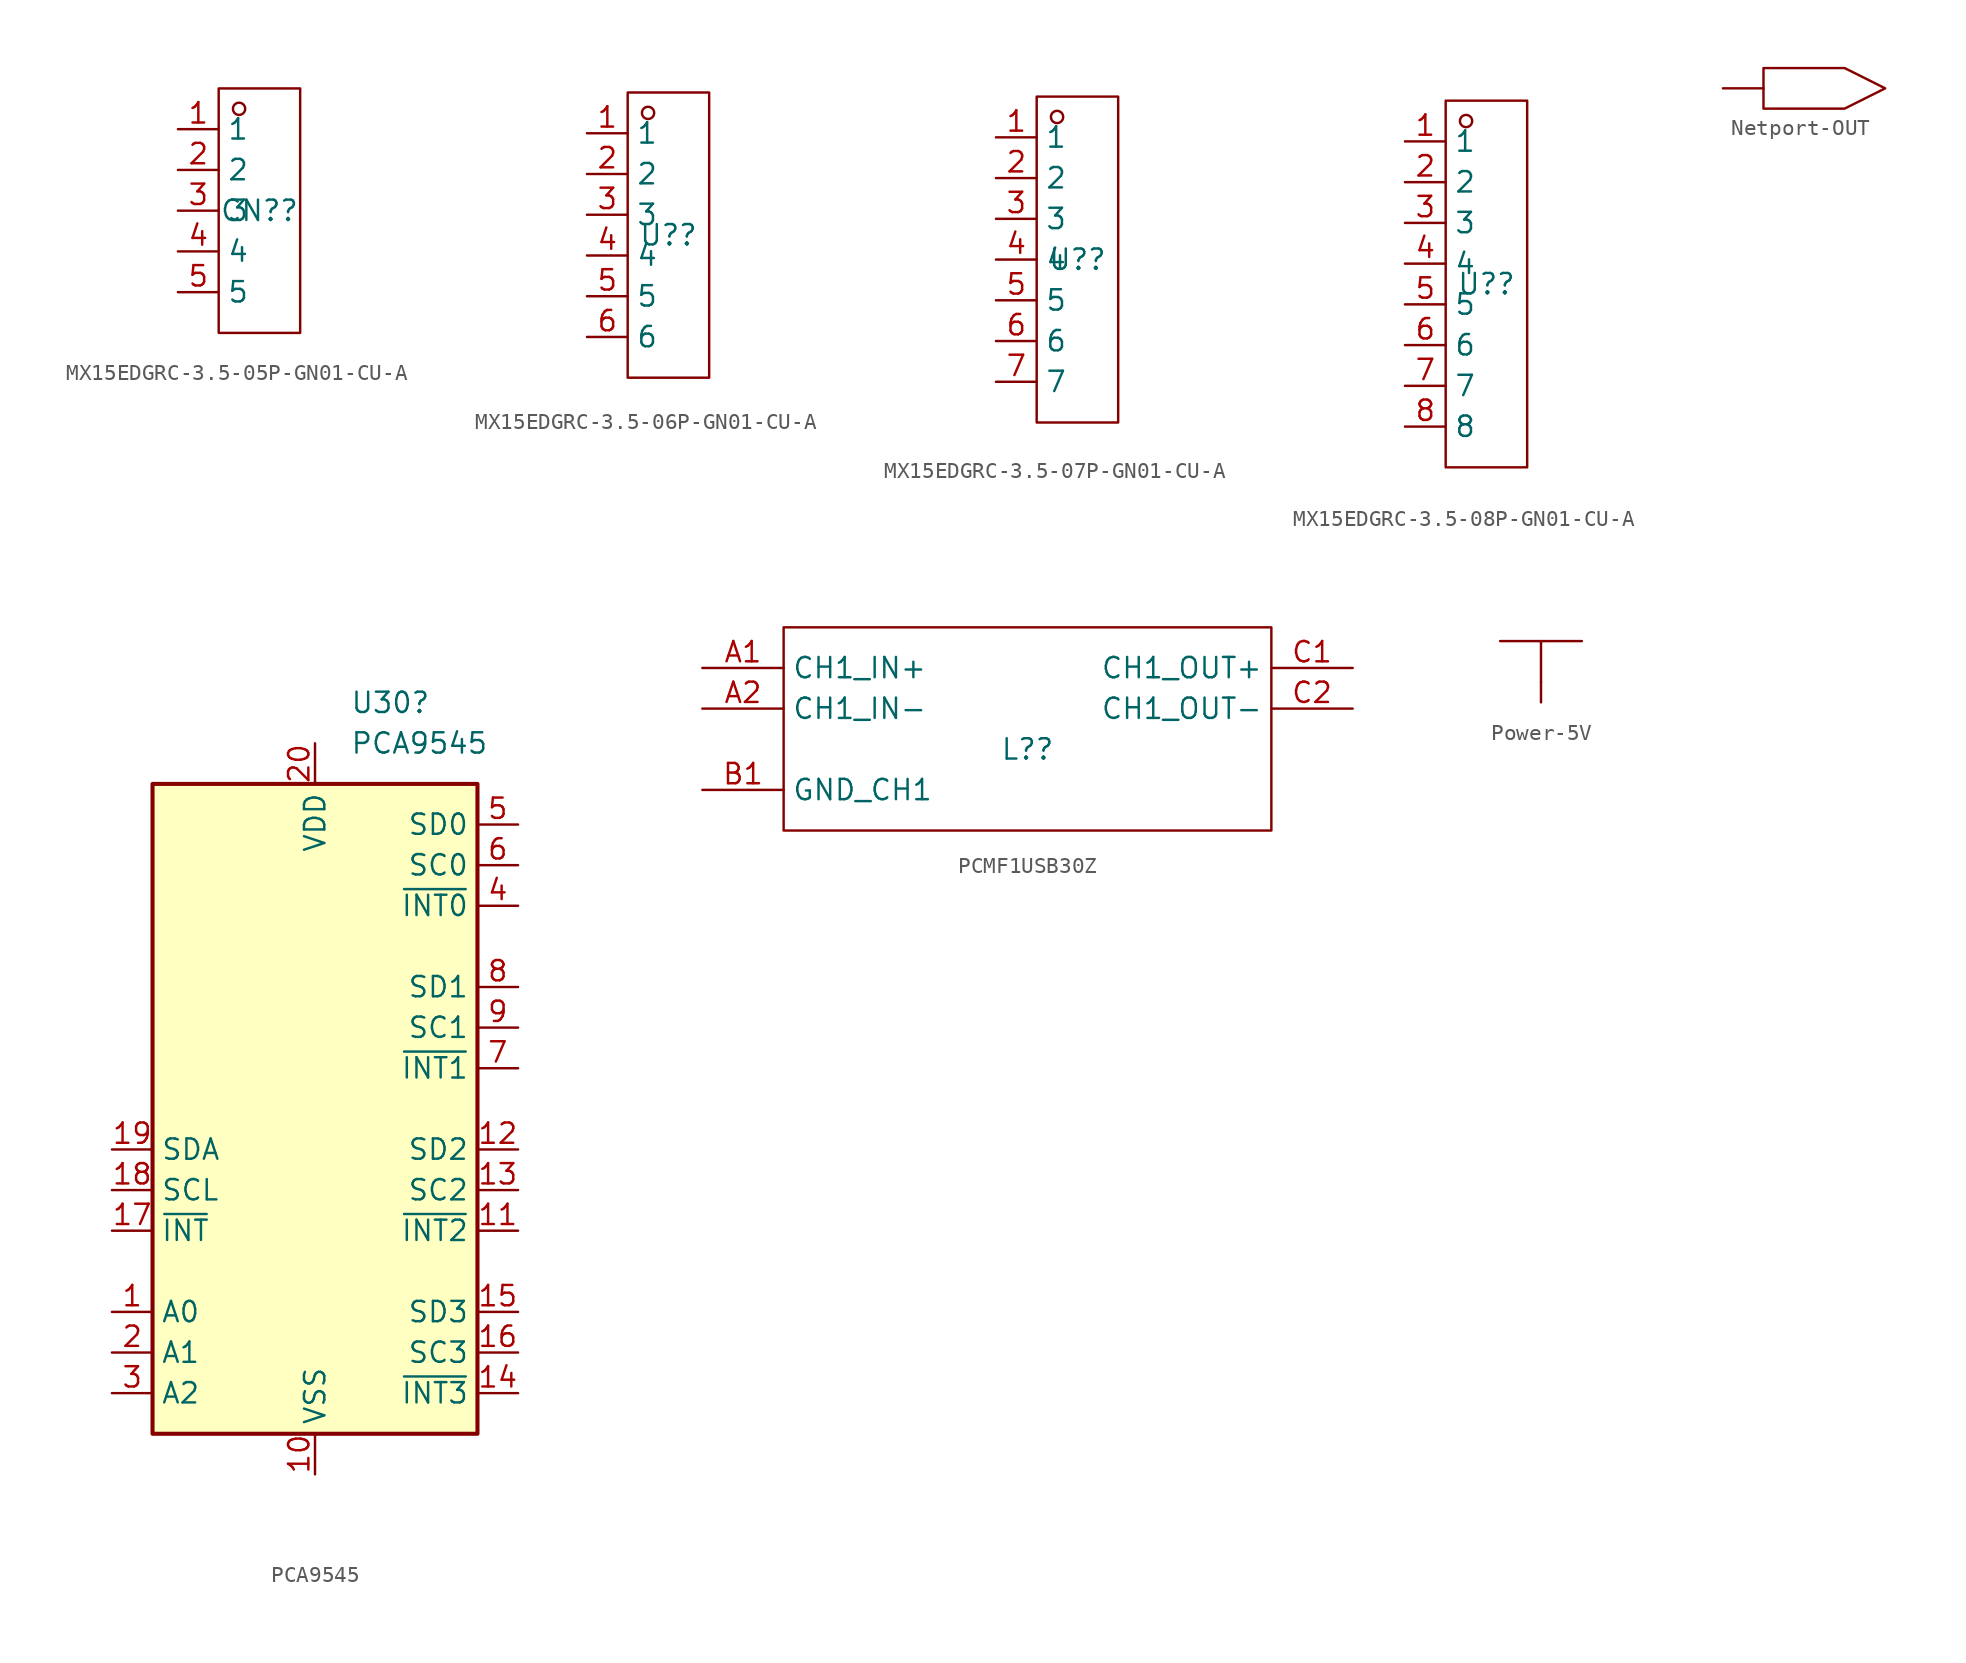
<source format=kicad_sym>
(kicad_symbol_lib
  (version 20231120)
  (generator "kicad_symbol_editor")
  (generator_version "8.0")
  (symbol "MX15EDGRC-3.5-05P-GN01-CU-A"
    (property "Reference" "CN?"
      (at 0 0 0)
      (effects (font (size 1.27 1.27))))
    (property "Value" ""
      (at 0 0 0)
      (effects (font (size 1.27 1.27))))
    (symbol "MX15EDGRC-3.5-05P-GN01-CU-A_1_0"
      (rectangle (start -2.54 -7.62) (end 2.54 7.62) (stroke (width 0) (type default)) (fill (type none)))
      (circle (center -1.27 6.35) (radius 0.381) (stroke (width 0) (type default)) (fill (type none)))
      (pin input line (at -5.08 5.08 0) (length 2.54) (name "1" (effects (font (size 1.27 1.27)))) (number "1" (effects (font (size 1.27 1.27)))))
      (pin input line (at -5.08 2.54 0) (length 2.54) (name "2" (effects (font (size 1.27 1.27)))) (number "2" (effects (font (size 1.27 1.27)))))
      (pin input line (at -5.08 0 0) (length 2.54) (name "3" (effects (font (size 1.27 1.27)))) (number "3" (effects (font (size 1.27 1.27)))))
      (pin input line (at -5.08 -2.54 0) (length 2.54) (name "4" (effects (font (size 1.27 1.27)))) (number "4" (effects (font (size 1.27 1.27)))))
      (pin input line (at -5.08 -5.08 0) (length 2.54) (name "5" (effects (font (size 1.27 1.27)))) (number "5" (effects (font (size 1.27 1.27)))))))
  (symbol "MX15EDGRC-3.5-06P-GN01-CU-A"
    (property "Reference" "U?"
      (at 0 0 0)
      (effects (font (size 1.27 1.27))))
    (property "Value" ""
      (at 0 0 0)
      (effects (font (size 1.27 1.27))))
    (symbol "MX15EDGRC-3.5-06P-GN01-CU-A_1_0"
      (rectangle (start -2.54 -8.89) (end 2.54 8.89) (stroke (width 0) (type default)) (fill (type none)))
      (circle (center -1.27 7.62) (radius 0.381) (stroke (width 0) (type default)) (fill (type none)))
      (pin unspecified line (at -5.08 6.35 0) (length 2.54) (name "1" (effects (font (size 1.27 1.27)))) (number "1" (effects (font (size 1.27 1.27)))))
      (pin unspecified line (at -5.08 3.81 0) (length 2.54) (name "2" (effects (font (size 1.27 1.27)))) (number "2" (effects (font (size 1.27 1.27)))))
      (pin unspecified line (at -5.08 1.27 0) (length 2.54) (name "3" (effects (font (size 1.27 1.27)))) (number "3" (effects (font (size 1.27 1.27)))))
      (pin unspecified line (at -5.08 -1.27 0) (length 2.54) (name "4" (effects (font (size 1.27 1.27)))) (number "4" (effects (font (size 1.27 1.27)))))
      (pin unspecified line (at -5.08 -3.81 0) (length 2.54) (name "5" (effects (font (size 1.27 1.27)))) (number "5" (effects (font (size 1.27 1.27)))))
      (pin unspecified line (at -5.08 -6.35 0) (length 2.54) (name "6" (effects (font (size 1.27 1.27)))) (number "6" (effects (font (size 1.27 1.27)))))))
  (symbol "MX15EDGRC-3.5-07P-GN01-CU-A"
    (property "Reference" "U?"
      (at 0 0 0)
      (effects (font (size 1.27 1.27))))
    (property "Value" ""
      (at 0 0 0)
      (effects (font (size 1.27 1.27))))
    (symbol "MX15EDGRC-3.5-07P-GN01-CU-A_1_0"
      (rectangle (start -2.54 -10.16) (end 2.54 10.16) (stroke (width 0) (type default)) (fill (type none)))
      (circle (center -1.27 8.89) (radius 0.381) (stroke (width 0) (type default)) (fill (type none)))
      (pin unspecified line (at -5.08 7.62 0) (length 2.54) (name "1" (effects (font (size 1.27 1.27)))) (number "1" (effects (font (size 1.27 1.27)))))
      (pin unspecified line (at -5.08 5.08 0) (length 2.54) (name "2" (effects (font (size 1.27 1.27)))) (number "2" (effects (font (size 1.27 1.27)))))
      (pin unspecified line (at -5.08 2.54 0) (length 2.54) (name "3" (effects (font (size 1.27 1.27)))) (number "3" (effects (font (size 1.27 1.27)))))
      (pin unspecified line (at -5.08 0 0) (length 2.54) (name "4" (effects (font (size 1.27 1.27)))) (number "4" (effects (font (size 1.27 1.27)))))
      (pin unspecified line (at -5.08 -2.54 0) (length 2.54) (name "5" (effects (font (size 1.27 1.27)))) (number "5" (effects (font (size 1.27 1.27)))))
      (pin unspecified line (at -5.08 -5.08 0) (length 2.54) (name "6" (effects (font (size 1.27 1.27)))) (number "6" (effects (font (size 1.27 1.27)))))
      (pin unspecified line (at -5.08 -7.62 0) (length 2.54) (name "7" (effects (font (size 1.27 1.27)))) (number "7" (effects (font (size 1.27 1.27)))))))
  (symbol "MX15EDGRC-3.5-08P-GN01-CU-A"
    (property "Reference" "U?"
      (at 0 0 0)
      (effects (font (size 1.27 1.27))))
    (property "Value" ""
      (at 0 0 0)
      (effects (font (size 1.27 1.27))))
    (symbol "MX15EDGRC-3.5-08P-GN01-CU-A_1_0"
      (rectangle (start -2.54 -11.43) (end 2.54 11.43) (stroke (width 0) (type default)) (fill (type none)))
      (circle (center -1.27 10.16) (radius 0.381) (stroke (width 0) (type default)) (fill (type none)))
      (pin unspecified line (at -5.08 8.89 0) (length 2.54) (name "1" (effects (font (size 1.27 1.27)))) (number "1" (effects (font (size 1.27 1.27)))))
      (pin unspecified line (at -5.08 6.35 0) (length 2.54) (name "2" (effects (font (size 1.27 1.27)))) (number "2" (effects (font (size 1.27 1.27)))))
      (pin unspecified line (at -5.08 3.81 0) (length 2.54) (name "3" (effects (font (size 1.27 1.27)))) (number "3" (effects (font (size 1.27 1.27)))))
      (pin unspecified line (at -5.08 1.27 0) (length 2.54) (name "4" (effects (font (size 1.27 1.27)))) (number "4" (effects (font (size 1.27 1.27)))))
      (pin unspecified line (at -5.08 -1.27 0) (length 2.54) (name "5" (effects (font (size 1.27 1.27)))) (number "5" (effects (font (size 1.27 1.27)))))
      (pin unspecified line (at -5.08 -3.81 0) (length 2.54) (name "6" (effects (font (size 1.27 1.27)))) (number "6" (effects (font (size 1.27 1.27)))))
      (pin unspecified line (at -5.08 -6.35 0) (length 2.54) (name "7" (effects (font (size 1.27 1.27)))) (number "7" (effects (font (size 1.27 1.27)))))
      (pin unspecified line (at -5.08 -8.89 0) (length 2.54) (name "8" (effects (font (size 1.27 1.27)))) (number "8" (effects (font (size 1.27 1.27)))))))
  (symbol "Netport-OUT"
    (power)
    (pin_numbers hide)
    (pin_names hide)
    (property "Reference" "#PWR"
      (at 0 0 0)
      (effects (font (size 1.27 1.27)) (hide yes)))
    (property "Value" ""
      (at 0 0 0)
      (effects (font (size 1.27 1.27))))
    (symbol "Netport-OUT_1_0"
      (polyline (pts (xy 2.54 1.27) (xy 7.62 1.27) (xy 10.16 0) (xy 7.62 -1.27) (xy 2.54 -1.27) (xy 2.54 1.27)) (stroke (width 0) (type default)) (fill (type none)))
      (pin output line (at 0 0 0) (length 2.54) (name "OUT" (effects (font (size 0.025 0.025)))) (number "1" (effects (font (size 0.025 0.025)))))))
  (symbol "PCA9545"
    (property "Reference" "U30"
      (at 2.194 25.4 0)
      (effects (font (size 1.27 1.27)) (justify left)))
    (property "Value" "PCA9545"
      (at 2.194 22.86 0)
      (effects (font (size 1.27 1.27)) (justify left)))
    (symbol "PCA9545_0_1"
      (rectangle (start 10.16 20.32) (end -10.16 -20.32) (stroke (width 0.254) (type default)) (fill (type background))))
    (symbol "PCA9545_1_1"
      (pin input line (at -12.7 -12.7 0) (length 2.54) (name "A0" (effects (font (size 1.27 1.27)))) (number "1" (effects (font (size 1.27 1.27)))))
      (pin power_in line (at 0 -22.86 90) (length 2.54) (name "VSS" (effects (font (size 1.27 1.27)))) (number "10" (effects (font (size 1.27 1.27)))))
      (pin input line (at 12.7 -7.62 180) (length 2.54) (name "~{INT2}" (effects (font (size 1.27 1.27)))) (number "11" (effects (font (size 1.27 1.27)))))
      (pin bidirectional line (at 12.7 -2.54 180) (length 2.54) (name "SD2" (effects (font (size 1.27 1.27)))) (number "12" (effects (font (size 1.27 1.27)))))
      (pin output line (at 12.7 -5.08 180) (length 2.54) (name "SC2" (effects (font (size 1.27 1.27)))) (number "13" (effects (font (size 1.27 1.27)))))
      (pin input line (at 12.7 -17.78 180) (length 2.54) (name "~{INT3}" (effects (font (size 1.27 1.27)))) (number "14" (effects (font (size 1.27 1.27)))))
      (pin bidirectional line (at 12.7 -12.7 180) (length 2.54) (name "SD3" (effects (font (size 1.27 1.27)))) (number "15" (effects (font (size 1.27 1.27)))))
      (pin output line (at 12.7 -15.24 180) (length 2.54) (name "SC3" (effects (font (size 1.27 1.27)))) (number "16" (effects (font (size 1.27 1.27)))))
      (pin open_collector line (at -12.7 -7.62 0) (length 2.54) (name "~{INT}" (effects (font (size 1.27 1.27)))) (number "17" (effects (font (size 1.27 1.27)))))
      (pin input line (at -12.7 -5.08 0) (length 2.54) (name "SCL" (effects (font (size 1.27 1.27)))) (number "18" (effects (font (size 1.27 1.27)))))
      (pin bidirectional line (at -12.7 -2.54 0) (length 2.54) (name "SDA" (effects (font (size 1.27 1.27)))) (number "19" (effects (font (size 1.27 1.27)))))
      (pin input line (at -12.7 -15.24 0) (length 2.54) (name "A1" (effects (font (size 1.27 1.27)))) (number "2" (effects (font (size 1.27 1.27)))))
      (pin power_in line (at 0 22.86 270) (length 2.54) (name "VDD" (effects (font (size 1.27 1.27)))) (number "20" (effects (font (size 1.27 1.27)))))
      (pin input line (at -12.7 -17.78 0) (length 2.54) (name "A2" (effects (font (size 1.27 1.27)))) (number "3" (effects (font (size 1.27 1.27)))))
      (pin input line (at 12.7 12.7 180) (length 2.54) (name "~{INT0}" (effects (font (size 1.27 1.27)))) (number "4" (effects (font (size 1.27 1.27)))))
      (pin bidirectional line (at 12.7 17.78 180) (length 2.54) (name "SD0" (effects (font (size 1.27 1.27)))) (number "5" (effects (font (size 1.27 1.27)))))
      (pin output line (at 12.7 15.24 180) (length 2.54) (name "SC0" (effects (font (size 1.27 1.27)))) (number "6" (effects (font (size 1.27 1.27)))))
      (pin input line (at 12.7 2.54 180) (length 2.54) (name "~{INT1}" (effects (font (size 1.27 1.27)))) (number "7" (effects (font (size 1.27 1.27)))))
      (pin bidirectional line (at 12.7 7.62 180) (length 2.54) (name "SD1" (effects (font (size 1.27 1.27)))) (number "8" (effects (font (size 1.27 1.27)))))
      (pin output line (at 12.7 5.08 180) (length 2.54) (name "SC1" (effects (font (size 1.27 1.27)))) (number "9" (effects (font (size 1.27 1.27)))))))
  (symbol "PCMF1USB30Z"
    (property "Reference" "L?"
      (at 0 0 0)
      (effects (font (size 1.27 1.27))))
    (property "Value" ""
      (at 0 0 0)
      (effects (font (size 1.27 1.27))))
    (symbol "PCMF1USB30Z_1_0"
      (rectangle (start -15.24 -5.08) (end 15.24 7.62) (stroke (width 0) (type default)) (fill (type none)))
      (pin input line (at -20.32 5.08 0) (length 5.08) (name "CH1_IN+" (effects (font (size 1.27 1.27)))) (number "A1" (effects (font (size 1.27 1.27)))))
      (pin input line (at -20.32 2.54 0) (length 5.08) (name "CH1_IN-" (effects (font (size 1.27 1.27)))) (number "A2" (effects (font (size 1.27 1.27)))))
      (pin input line (at -20.32 -2.54 0) (length 5.08) (name "GND_CH1" (effects (font (size 1.27 1.27)))) (number "B1" (effects (font (size 1.27 1.27)))))
      (pin input line (at 20.32 5.08 180) (length 5.08) (name "CH1_OUT+" (effects (font (size 1.27 1.27)))) (number "C1" (effects (font (size 1.27 1.27)))))
      (pin input line (at 20.32 2.54 180) (length 5.08) (name "CH1_OUT-" (effects (font (size 1.27 1.27)))) (number "C2" (effects (font (size 1.27 1.27)))))))
  (symbol "Power-5V"
    (power)
    (pin_numbers hide)
    (pin_names hide)
    (property "Reference" "#PWR"
      (at 0 0 0)
      (effects (font (size 1.27 1.27)) (hide yes)))
    (property "Value" ""
      (at 0 5.08 0)
      (effects (font (size 1.27 1.27))))
    (symbol "Power-5V_1_0"
      (polyline (pts (xy -2.54 3.81) (xy 2.54 3.81)) (stroke (width 0) (type default)) (fill (type none)))
      (polyline (pts (xy 0 3.81) (xy 0 1.27)) (stroke (width 0) (type default)) (fill (type none)))
      (pin power_in line (at 0 0 90) (length 1.27) (name "" (effects (font (size 1.27 1.27)))) (number "1" (effects (font (size 0.025 0.025))))))))
</source>
